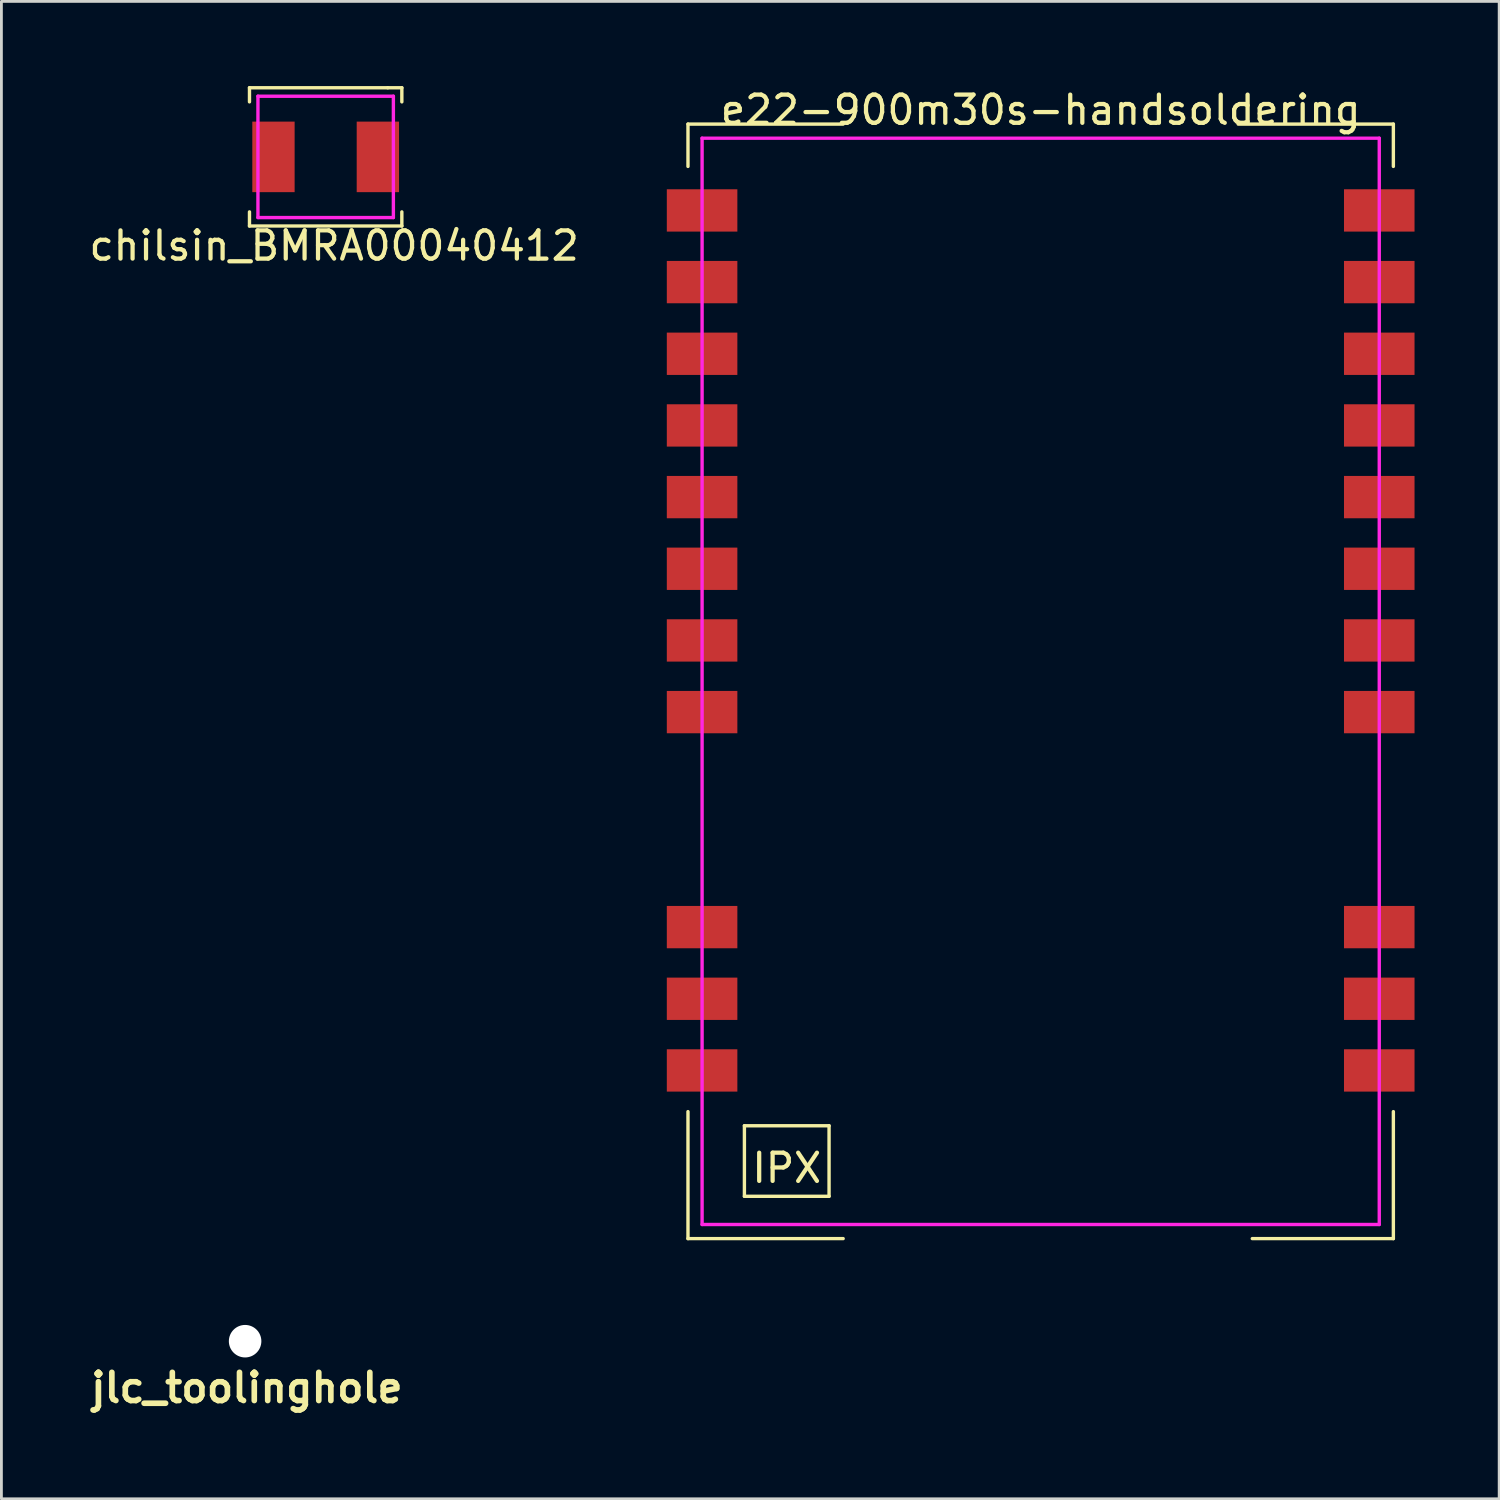
<source format=kicad_pcb>
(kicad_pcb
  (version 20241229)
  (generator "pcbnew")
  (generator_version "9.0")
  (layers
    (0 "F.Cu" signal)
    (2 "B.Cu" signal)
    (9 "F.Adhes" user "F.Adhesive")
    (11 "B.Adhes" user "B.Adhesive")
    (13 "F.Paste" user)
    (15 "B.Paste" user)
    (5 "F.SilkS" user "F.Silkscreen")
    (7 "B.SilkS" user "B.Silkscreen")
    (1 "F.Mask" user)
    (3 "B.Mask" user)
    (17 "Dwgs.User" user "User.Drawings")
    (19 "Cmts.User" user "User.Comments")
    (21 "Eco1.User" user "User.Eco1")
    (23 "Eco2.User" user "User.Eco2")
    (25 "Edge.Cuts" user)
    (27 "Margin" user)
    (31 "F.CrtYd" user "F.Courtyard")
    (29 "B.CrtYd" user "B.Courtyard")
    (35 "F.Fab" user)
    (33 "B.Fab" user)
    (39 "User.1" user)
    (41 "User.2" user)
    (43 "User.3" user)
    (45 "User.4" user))
  (footprint "jlc_toolinghole"
    (layer "F.Cu")
    (at 5.573 44.484)
    (property "Reference" "jlc_toolinghole" (at 0.127 1.651 0) (layer "F.SilkS") (effects (font (size 1 1) (thickness 0.2))))
    (attr through_hole)
    (pad "" np_thru_hole circle (at 0.064 0) (size 1.152 1.152) (drill 1.152) (layers "*.Cu" "*.Mask")))
  (footprint "chilsin_BMRA00040412"
    (layer "F.Cu")
    (at 8.492 2.51)
    (property "Reference" "chilsin_BMRA00040412" (at 0.3 3.15 0) (layer "F.SilkS") (effects (font (size 1 1) (thickness 0.15))))
    (attr through_hole)
    (fp_line (start -2.7 -2.45) (end -2.7 -1.95) (stroke (width 0.12) (type solid)) (layer "F.SilkS"))
    (fp_line (start -2.7 2.45) (end -2.7 1.95) (stroke (width 0.12) (type solid)) (layer "F.SilkS"))
    (fp_line (start 2.2 -2.45) (end -2.7 -2.45) (stroke (width 0.12) (type solid)) (layer "F.SilkS"))
    (fp_line (start 2.7 -2.45) (end 2.2 -2.45) (stroke (width 0.12) (type solid)) (layer "F.SilkS"))
    (fp_line (start 2.7 -2.45) (end 2.7 -1.95) (stroke (width 0.12) (type solid)) (layer "F.SilkS"))
    (fp_line (start 2.7 2.45) (end -2.7 2.45) (stroke (width 0.12) (type solid)) (layer "F.SilkS"))
    (fp_line (start 2.7 2.45) (end 2.7 1.95) (stroke (width 0.12) (type solid)) (layer "F.SilkS"))
    (fp_line (start -2.4 -2.15) (end -2.4 2.15) (stroke (width 0.12) (type solid)) (layer "F.CrtYd"))
    (fp_line (start -2.4 2.15) (end 2.4 2.15) (stroke (width 0.12) (type solid)) (layer "F.CrtYd"))
    (fp_line (start 2.4 -2.15) (end -2.4 -2.15) (stroke (width 0.12) (type solid)) (layer "F.CrtYd"))
    (fp_line (start 2.4 2.15) (end 2.4 -2.15) (stroke (width 0.12) (type solid)) (layer "F.CrtYd"))
    (pad "1" smd rect (at -1.85 0) (size 1.5 2.5) (layers "F.Cu" "F.Mask" "F.Paste"))
    (pad "2" smd rect (at 1.85 0) (size 1.5 2.5) (layers "F.Cu" "F.Mask" "F.Paste")))
  (footprint "e22-900m30s-handsoldering"
    (layer "F.Cu")
    (at 33.833 21.098)
    (property "Reference" "e22-900m30s-handsoldering" (at 0 -20.25 0) (layer "F.SilkS") (effects (font (size 1 1) (thickness 0.15))))
    (attr through_hole)
    (fp_line (start -12.5 -19.75) (end -12.5 -18.25) (stroke (width 0.12) (type solid)) (layer "F.SilkS"))
    (fp_line (start -12.5 19.75) (end -12.5 15.25) (stroke (width 0.12) (type solid)) (layer "F.SilkS"))
    (fp_line (start -12.5 19.75) (end -7 19.75) (stroke (width 0.12) (type solid)) (layer "F.SilkS"))
    (fp_line (start -10.5 15.75) (end -10.5 18.25) (stroke (width 0.12) (type solid)) (layer "F.SilkS"))
    (fp_line (start -10.5 15.75) (end -7.5 15.75) (stroke (width 0.12) (type solid)) (layer "F.SilkS"))
    (fp_line (start -10.5 18.25) (end -7.5 18.25) (stroke (width 0.12) (type solid)) (layer "F.SilkS"))
    (fp_line (start -7.5 15.75) (end -7.5 18.25) (stroke (width 0.12) (type solid)) (layer "F.SilkS"))
    (fp_line (start -7 -19.75) (end -12.5 -19.75) (stroke (width 0.12) (type solid)) (layer "F.SilkS"))
    (fp_line (start 7 -19.75) (end 12.5 -19.75) (stroke (width 0.12) (type solid)) (layer "F.SilkS"))
    (fp_line (start 12.5 -19.75) (end 12.5 -18.25) (stroke (width 0.12) (type solid)) (layer "F.SilkS"))
    (fp_line (start 12.5 15.25) (end 12.5 19.75) (stroke (width 0.12) (type solid)) (layer "F.SilkS"))
    (fp_line (start 12.5 19.75) (end 7.5 19.75) (stroke (width 0.12) (type solid)) (layer "F.SilkS"))
    (fp_line (start -12 -19.25) (end 12 -19.25) (stroke (width 0.12) (type solid)) (layer "F.CrtYd"))
    (fp_line (start -12 19.25) (end -12 -19.25) (stroke (width 0.12) (type solid)) (layer "F.CrtYd"))
    (fp_line (start 12 -19.25) (end 12 19.25) (stroke (width 0.12) (type solid)) (layer "F.CrtYd"))
    (fp_line (start 12 19.25) (end -12 19.25) (stroke (width 0.12) (type solid)) (layer "F.CrtYd"))
    (fp_text user "IPX" (at -9 17.25 0) (layer "F.SilkS") (effects (font (size 1 1) (thickness 0.15))))
    (pad "1" smd rect (at 12 13.79) (size 2.5 1.5) (layers "F.Cu" "F.Mask" "F.Paste"))
    (pad "2" smd rect (at 12 11.25) (size 2.5 1.5) (layers "F.Cu" "F.Mask" "F.Paste"))
    (pad "3" smd rect (at 12 8.71) (size 2.5 1.5) (layers "F.Cu" "F.Mask" "F.Paste"))
    (pad "4" smd rect (at 12 1.09) (size 2.5 1.5) (layers "F.Cu" "F.Mask" "F.Paste"))
    (pad "5" smd rect (at 12 -1.45) (size 2.5 1.5) (layers "F.Cu" "F.Mask" "F.Paste"))
    (pad "6" smd rect (at 12 -3.99) (size 2.5 1.5) (layers "F.Cu" "F.Mask" "F.Paste"))
    (pad "7" smd rect (at 12 -6.53) (size 2.5 1.5) (layers "F.Cu" "F.Mask" "F.Paste"))
    (pad "8" smd rect (at 12 -9.07) (size 2.5 1.5) (layers "F.Cu" "F.Mask" "F.Paste"))
    (pad "9" smd rect (at 12 -11.61) (size 2.5 1.5) (layers "F.Cu" "F.Mask" "F.Paste"))
    (pad "10" smd rect (at 12 -14.15) (size 2.5 1.5) (layers "F.Cu" "F.Mask" "F.Paste"))
    (pad "11" smd rect (at 12 -16.69) (size 2.5 1.5) (layers "F.Cu" "F.Mask" "F.Paste"))
    (pad "12" smd rect (at -12 -16.69) (size 2.5 1.5) (layers "F.Cu" "F.Mask" "F.Paste"))
    (pad "13" smd rect (at -12 -14.15) (size 2.5 1.5) (layers "F.Cu" "F.Mask" "F.Paste"))
    (pad "14" smd rect (at -12 -11.61) (size 2.5 1.5) (layers "F.Cu" "F.Mask" "F.Paste"))
    (pad "15" smd rect (at -12 -9.07) (size 2.5 1.5) (layers "F.Cu" "F.Mask" "F.Paste"))
    (pad "16" smd rect (at -12 -6.53) (size 2.5 1.5) (layers "F.Cu" "F.Mask" "F.Paste"))
    (pad "17" smd rect (at -12 -3.99) (size 2.5 1.5) (layers "F.Cu" "F.Mask" "F.Paste"))
    (pad "18" smd rect (at -12 -1.45) (size 2.5 1.5) (layers "F.Cu" "F.Mask" "F.Paste"))
    (pad "19" smd rect (at -12 1.09) (size 2.5 1.5) (layers "F.Cu" "F.Mask" "F.Paste"))
    (pad "20" smd rect (at -12 8.71) (size 2.5 1.5) (layers "F.Cu" "F.Mask" "F.Paste"))
    (pad "21" smd rect (at -12 11.25) (size 2.5 1.5) (layers "F.Cu" "F.Mask" "F.Paste"))
    (pad "22" smd rect (at -12 13.79) (size 2.5 1.5) (layers "F.Cu" "F.Mask" "F.Paste")))
  (gr_rect
    (start -3 -3)
    (end 50.083 50.071)
    (stroke (width 0.1) (type default))
    (fill no)
    (layer "Edge.Cuts")))
</source>
